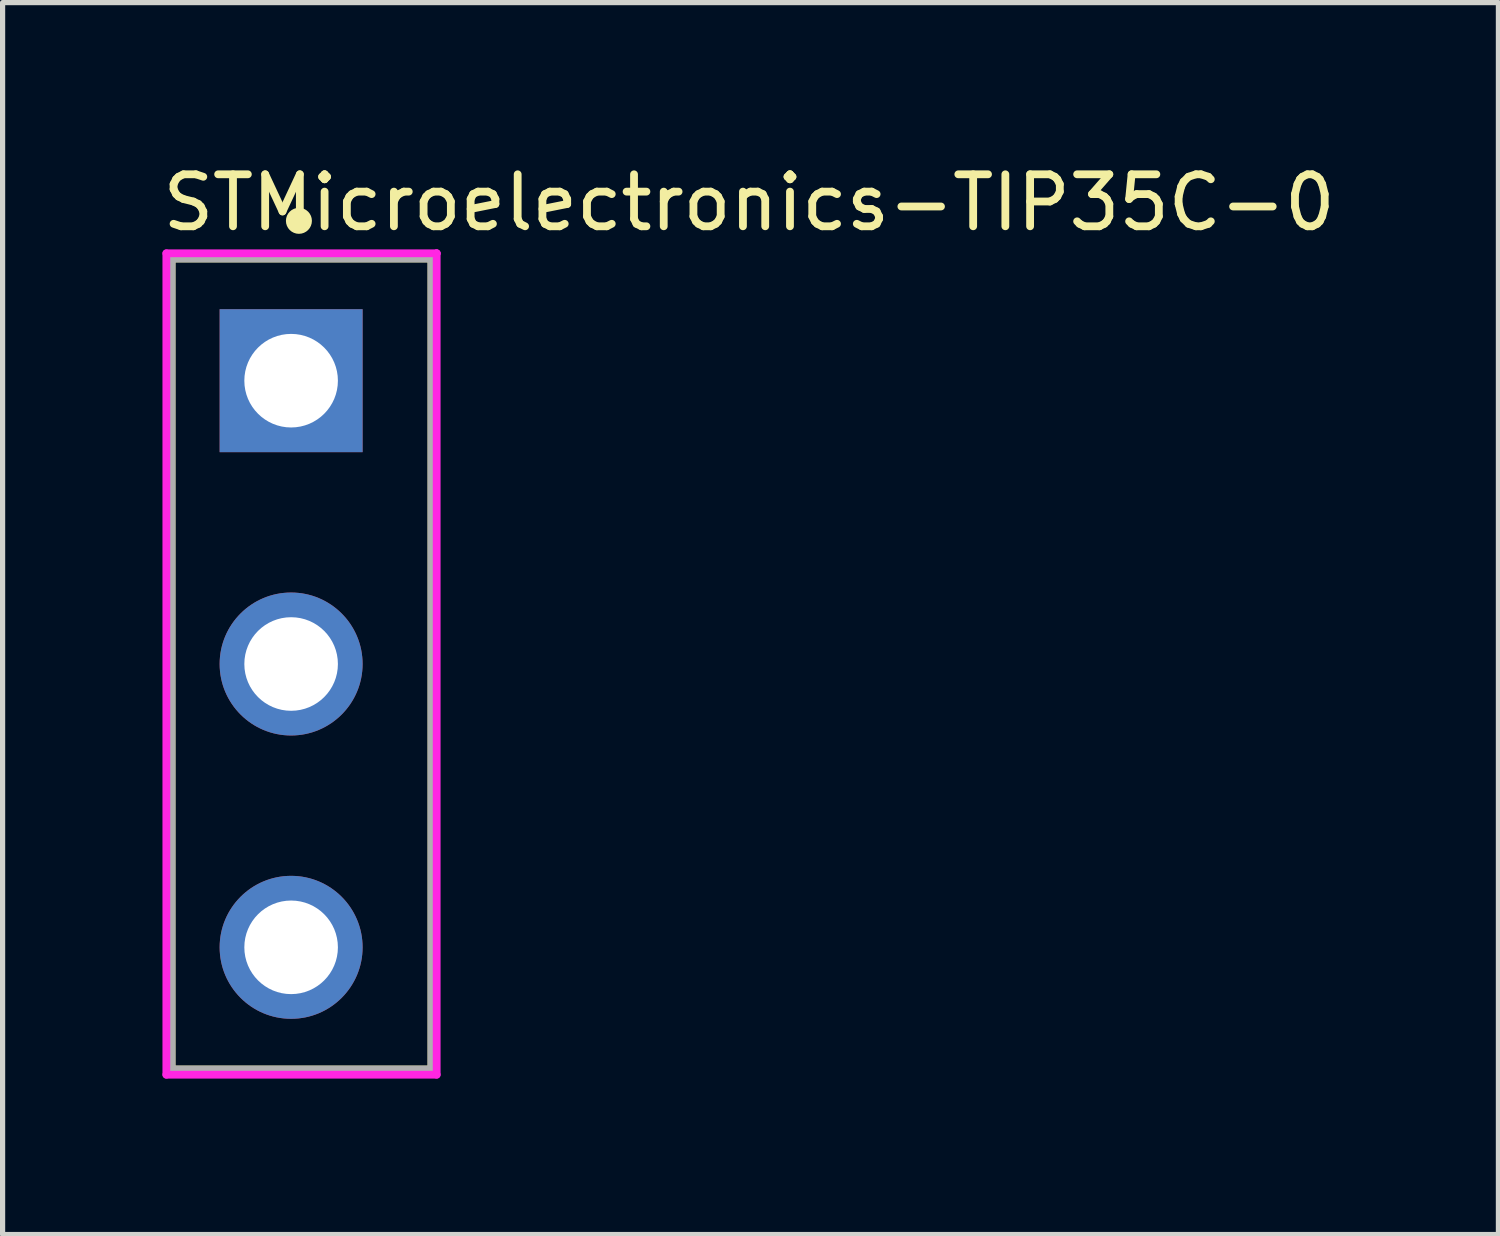
<source format=kicad_pcb>
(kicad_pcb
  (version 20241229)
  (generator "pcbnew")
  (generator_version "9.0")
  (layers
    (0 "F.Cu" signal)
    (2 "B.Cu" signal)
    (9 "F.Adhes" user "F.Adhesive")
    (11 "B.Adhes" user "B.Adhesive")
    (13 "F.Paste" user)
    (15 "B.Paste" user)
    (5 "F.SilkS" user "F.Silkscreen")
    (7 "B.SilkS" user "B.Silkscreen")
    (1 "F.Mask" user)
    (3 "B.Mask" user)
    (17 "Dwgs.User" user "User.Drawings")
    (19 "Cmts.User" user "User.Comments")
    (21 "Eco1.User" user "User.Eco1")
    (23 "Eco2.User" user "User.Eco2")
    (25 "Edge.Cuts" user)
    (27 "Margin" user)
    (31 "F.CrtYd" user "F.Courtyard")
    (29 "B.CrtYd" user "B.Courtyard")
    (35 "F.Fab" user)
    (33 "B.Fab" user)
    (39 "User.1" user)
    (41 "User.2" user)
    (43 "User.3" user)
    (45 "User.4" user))
  (footprint "STMicroelectronics-TIP35C-0"
    (layer "F.Cu")
    (at 2.75 9.723)
    (property "Reference" "STMicroelectronics-TIP35C-0" (at -2.75 -8.875 0) (layer "F.SilkS") (effects (font (size 1 1) (thickness 0.15)) (justify left)))
    (attr through_hole)
    (fp_line (start -2.5 -7.8) (end 2.5 -7.8) (stroke (width 0.15) (type solid)) (layer "F.SilkS"))
    (fp_line (start -2.5 7.8) (end -2.5 -7.8) (stroke (width 0.15) (type solid)) (layer "F.SilkS"))
    (fp_line (start 2.5 -7.8) (end 2.5 7.8) (stroke (width 0.15) (type solid)) (layer "F.SilkS"))
    (fp_line (start 2.5 7.8) (end -2.5 7.8) (stroke (width 0.15) (type solid)) (layer "F.SilkS"))
    (fp_circle (center -0.05 -8.525) (end 0.075 -8.525) (stroke (width 0.25) (type solid)) (fill no) (layer "F.SilkS"))
    (fp_line (start -2.6 -7.9) (end -2.6 7.9) (stroke (width 0.15) (type solid)) (layer "F.CrtYd"))
    (fp_line (start -2.6 7.9) (end 2.6 7.9) (stroke (width 0.15) (type solid)) (layer "F.CrtYd"))
    (fp_line (start 2.6 -7.9) (end -2.6 -7.9) (stroke (width 0.15) (type solid)) (layer "F.CrtYd"))
    (fp_line (start 2.6 -7.9) (end 2.6 -7.9) (stroke (width 0.15) (type solid)) (layer "F.CrtYd"))
    (fp_line (start 2.6 7.9) (end 2.6 -7.9) (stroke (width 0.15) (type solid)) (layer "F.CrtYd"))
    (fp_line (start -2.5 -7.8) (end 2.5 -7.8) (stroke (width 0.15) (type solid)) (layer "F.Fab"))
    (fp_line (start -2.5 7.8) (end -2.5 -7.8) (stroke (width 0.15) (type solid)) (layer "F.Fab"))
    (fp_line (start 2.5 -7.8) (end 2.5 7.8) (stroke (width 0.15) (type solid)) (layer "F.Fab"))
    (fp_line (start 2.5 7.8) (end -2.5 7.8) (stroke (width 0.15) (type solid)) (layer "F.Fab"))
    (pad "1" thru_hole rect (at -0.2 -5.45) (size 2.75 2.75) (drill 1.8) (layers "*.Cu"))
    (pad "2" thru_hole circle (at -0.2 0) (size 2.75 2.75) (drill 1.8) (layers "*.Cu"))
    (pad "3" thru_hole circle (at -0.2 5.45) (size 2.75 2.75) (drill 1.8) (layers "*.Cu")))
  (gr_rect
    (start -3 -3)
    (end 25.774 20.698)
    (stroke (width 0.1) (type default))
    (fill no)
    (layer "Edge.Cuts")))
</source>
